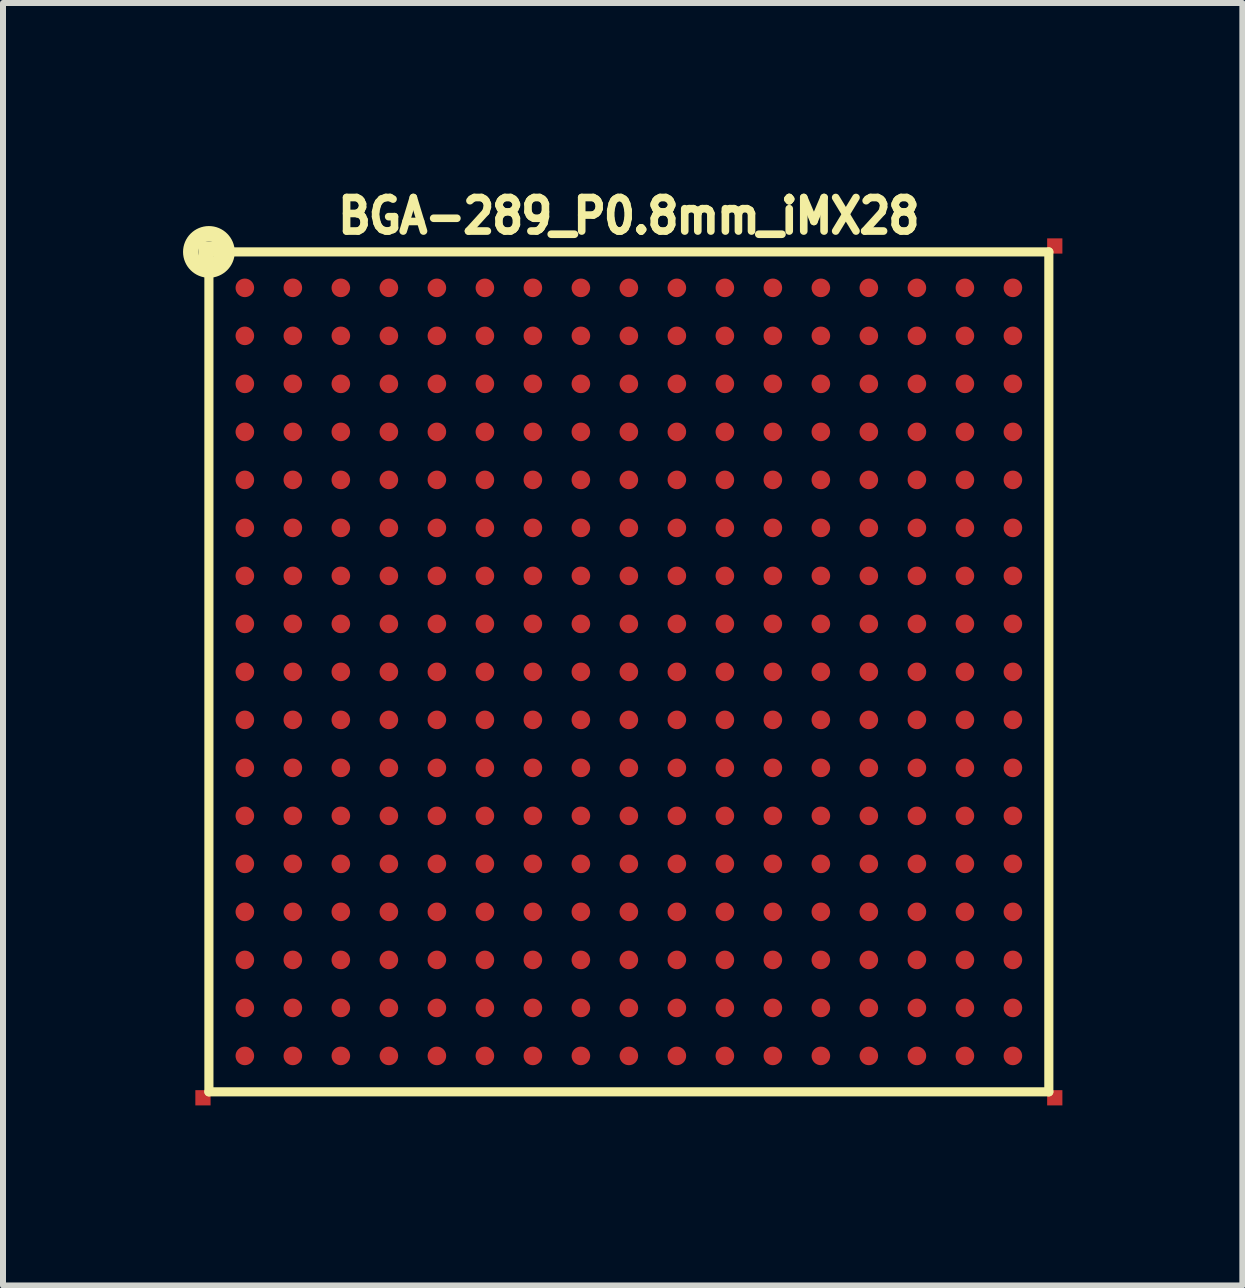
<source format=kicad_pcb>
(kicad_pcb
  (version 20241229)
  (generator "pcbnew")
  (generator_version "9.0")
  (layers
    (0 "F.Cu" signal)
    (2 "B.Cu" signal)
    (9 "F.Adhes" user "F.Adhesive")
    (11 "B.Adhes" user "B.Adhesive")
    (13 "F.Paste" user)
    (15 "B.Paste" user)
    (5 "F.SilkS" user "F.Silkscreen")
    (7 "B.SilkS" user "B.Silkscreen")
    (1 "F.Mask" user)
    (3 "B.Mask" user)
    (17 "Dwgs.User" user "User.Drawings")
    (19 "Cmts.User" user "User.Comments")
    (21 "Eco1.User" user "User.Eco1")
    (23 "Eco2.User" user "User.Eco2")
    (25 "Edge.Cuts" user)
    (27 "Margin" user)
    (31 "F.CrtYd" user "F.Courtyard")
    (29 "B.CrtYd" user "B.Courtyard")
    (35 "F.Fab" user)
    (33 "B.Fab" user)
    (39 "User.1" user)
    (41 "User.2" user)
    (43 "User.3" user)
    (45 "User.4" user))
  (footprint "BGA-289_P0.8mm_iMX28"
    (layer "F.Cu")
    (at 7.432 8.149)
    (property "Reference" "BGA-289_P0.8mm_iMX28" (at 0 -7.6 0) (layer "F.SilkS") (effects (font (size 0.559 0.508) (thickness 0.127))))
    (attr smd)
    (fp_line (start -7.099 -7.099) (end -7.099 -6.85) (stroke (width 0.152) (type solid)) (layer "F.SilkS"))
    (fp_line (start -7 -7) (end 7 -7) (stroke (width 0.152) (type solid)) (layer "F.SilkS"))
    (fp_line (start -7 7) (end -7 -7) (stroke (width 0.152) (type solid)) (layer "F.SilkS"))
    (fp_line (start -6.8 -7.099) (end -7.099 -7.099) (stroke (width 0.152) (type solid)) (layer "F.SilkS"))
    (fp_line (start -6.8 -6.949) (end -6.949 -6.8) (stroke (width 0.152) (type solid)) (layer "F.SilkS"))
    (fp_line (start 7 -7) (end 7 7) (stroke (width 0.152) (type solid)) (layer "F.SilkS"))
    (fp_line (start 7 7) (end -7 7) (stroke (width 0.152) (type solid)) (layer "F.SilkS"))
    (fp_circle (center -7 -7) (end -6.749 -7) (stroke (width 0.152) (type solid)) (fill no) (layer "F.SilkS"))
    (fp_circle (center -7 -7) (end -6.749 -6.749) (stroke (width 0.152) (type solid)) (fill no) (layer "F.SilkS"))
    (pad "0" smd rect (at -7.099 7.099) (size 0.254 0.254) (layers "F.Cu" "F.Mask"))
    (pad "0" smd rect (at 7.099 -7.099) (size 0.254 0.254) (layers "F.Cu" "F.Mask"))
    (pad "0" smd rect (at 7.099 7.099) (size 0.254 0.254) (layers "F.Cu" "F.Mask"))
    (pad "A1" smd circle (at -6.401 -6.401) (size 0.31 0.31) (layers "F.Cu" "F.Mask" "F.Paste"))
    (pad "A2" smd circle (at -5.601 -6.401) (size 0.31 0.31) (layers "F.Cu" "F.Mask" "F.Paste"))
    (pad "A3" smd circle (at -4.801 -6.401) (size 0.31 0.31) (layers "F.Cu" "F.Mask" "F.Paste"))
    (pad "A4" smd circle (at -4 -6.401) (size 0.31 0.31) (layers "F.Cu" "F.Mask" "F.Paste"))
    (pad "A5" smd circle (at -3.2 -6.401) (size 0.31 0.31) (layers "F.Cu" "F.Mask" "F.Paste"))
    (pad "A6" smd circle (at -2.4 -6.401) (size 0.31 0.31) (layers "F.Cu" "F.Mask" "F.Paste"))
    (pad "A7" smd circle (at -1.6 -6.401) (size 0.31 0.31) (layers "F.Cu" "F.Mask" "F.Paste"))
    (pad "A8" smd circle (at -0.8 -6.401) (size 0.31 0.31) (layers "F.Cu" "F.Mask" "F.Paste"))
    (pad "A9" smd circle (at 0 -6.401) (size 0.31 0.31) (layers "F.Cu" "F.Mask" "F.Paste"))
    (pad "A10" smd circle (at 0.8 -6.401) (size 0.31 0.31) (layers "F.Cu" "F.Mask" "F.Paste"))
    (pad "A11" smd circle (at 1.6 -6.401) (size 0.31 0.31) (layers "F.Cu" "F.Mask" "F.Paste"))
    (pad "A12" smd circle (at 2.4 -6.401) (size 0.31 0.31) (layers "F.Cu" "F.Mask" "F.Paste"))
    (pad "A13" smd circle (at 3.2 -6.401) (size 0.31 0.31) (layers "F.Cu" "F.Mask" "F.Paste"))
    (pad "A14" smd circle (at 4 -6.401) (size 0.31 0.31) (layers "F.Cu" "F.Mask" "F.Paste"))
    (pad "A15" smd circle (at 4.801 -6.401) (size 0.31 0.31) (layers "F.Cu" "F.Mask" "F.Paste"))
    (pad "A16" smd circle (at 5.601 -6.401) (size 0.31 0.31) (layers "F.Cu" "F.Mask" "F.Paste"))
    (pad "A17" smd circle (at 6.401 -6.401) (size 0.31 0.31) (layers "F.Cu" "F.Mask" "F.Paste"))
    (pad "B1" smd circle (at -6.401 -5.601) (size 0.31 0.31) (layers "F.Cu" "F.Mask" "F.Paste"))
    (pad "B2" smd circle (at -5.601 -5.601) (size 0.31 0.31) (layers "F.Cu" "F.Mask" "F.Paste"))
    (pad "B3" smd circle (at -4.801 -5.601) (size 0.31 0.31) (layers "F.Cu" "F.Mask" "F.Paste"))
    (pad "B4" smd circle (at -4 -5.601) (size 0.31 0.31) (layers "F.Cu" "F.Mask" "F.Paste"))
    (pad "B5" smd circle (at -3.2 -5.601) (size 0.31 0.31) (layers "F.Cu" "F.Mask" "F.Paste"))
    (pad "B6" smd circle (at -2.4 -5.601) (size 0.31 0.31) (layers "F.Cu" "F.Mask" "F.Paste"))
    (pad "B7" smd circle (at -1.6 -5.601) (size 0.31 0.31) (layers "F.Cu" "F.Mask" "F.Paste"))
    (pad "B8" smd circle (at -0.8 -5.601) (size 0.31 0.31) (layers "F.Cu" "F.Mask" "F.Paste"))
    (pad "B9" smd circle (at 0 -5.601) (size 0.31 0.31) (layers "F.Cu" "F.Mask" "F.Paste"))
    (pad "B10" smd circle (at 0.8 -5.601) (size 0.31 0.31) (layers "F.Cu" "F.Mask" "F.Paste"))
    (pad "B11" smd circle (at 1.6 -5.601) (size 0.31 0.31) (layers "F.Cu" "F.Mask" "F.Paste"))
    (pad "B12" smd circle (at 2.4 -5.601) (size 0.31 0.31) (layers "F.Cu" "F.Mask" "F.Paste"))
    (pad "B13" smd circle (at 3.2 -5.601) (size 0.31 0.31) (layers "F.Cu" "F.Mask" "F.Paste"))
    (pad "B14" smd circle (at 4 -5.601) (size 0.31 0.31) (layers "F.Cu" "F.Mask" "F.Paste"))
    (pad "B15" smd circle (at 4.801 -5.601) (size 0.31 0.31) (layers "F.Cu" "F.Mask" "F.Paste"))
    (pad "B16" smd circle (at 5.601 -5.601) (size 0.31 0.31) (layers "F.Cu" "F.Mask" "F.Paste"))
    (pad "B17" smd circle (at 6.401 -5.601) (size 0.31 0.31) (layers "F.Cu" "F.Mask" "F.Paste"))
    (pad "C1" smd circle (at -6.401 -4.801) (size 0.31 0.31) (layers "F.Cu" "F.Mask" "F.Paste"))
    (pad "C2" smd circle (at -5.601 -4.801) (size 0.31 0.31) (layers "F.Cu" "F.Mask" "F.Paste"))
    (pad "C3" smd circle (at -4.801 -4.801) (size 0.31 0.31) (layers "F.Cu" "F.Mask" "F.Paste"))
    (pad "C4" smd circle (at -4 -4.801) (size 0.31 0.31) (layers "F.Cu" "F.Mask" "F.Paste"))
    (pad "C5" smd circle (at -3.2 -4.801) (size 0.31 0.31) (layers "F.Cu" "F.Mask" "F.Paste"))
    (pad "C6" smd circle (at -2.4 -4.801) (size 0.31 0.31) (layers "F.Cu" "F.Mask" "F.Paste"))
    (pad "C7" smd circle (at -1.6 -4.801) (size 0.31 0.31) (layers "F.Cu" "F.Mask" "F.Paste"))
    (pad "C8" smd circle (at -0.8 -4.801) (size 0.31 0.31) (layers "F.Cu" "F.Mask" "F.Paste"))
    (pad "C9" smd circle (at 0 -4.801) (size 0.31 0.31) (layers "F.Cu" "F.Mask" "F.Paste"))
    (pad "C10" smd circle (at 0.8 -4.801) (size 0.31 0.31) (layers "F.Cu" "F.Mask" "F.Paste"))
    (pad "C11" smd circle (at 1.6 -4.801) (size 0.31 0.31) (layers "F.Cu" "F.Mask" "F.Paste"))
    (pad "C12" smd circle (at 2.4 -4.801) (size 0.31 0.31) (layers "F.Cu" "F.Mask" "F.Paste"))
    (pad "C13" smd circle (at 3.2 -4.801) (size 0.31 0.31) (layers "F.Cu" "F.Mask" "F.Paste"))
    (pad "C14" smd circle (at 4 -4.801) (size 0.31 0.31) (layers "F.Cu" "F.Mask" "F.Paste"))
    (pad "C15" smd circle (at 4.801 -4.801) (size 0.31 0.31) (layers "F.Cu" "F.Mask" "F.Paste"))
    (pad "C16" smd circle (at 5.601 -4.801) (size 0.31 0.31) (layers "F.Cu" "F.Mask" "F.Paste"))
    (pad "C17" smd circle (at 6.401 -4.801) (size 0.31 0.31) (layers "F.Cu" "F.Mask" "F.Paste"))
    (pad "D1" smd circle (at -6.401 -4) (size 0.31 0.31) (layers "F.Cu" "F.Mask" "F.Paste"))
    (pad "D2" smd circle (at -5.601 -4) (size 0.31 0.31) (layers "F.Cu" "F.Mask" "F.Paste"))
    (pad "D3" smd circle (at -4.801 -4) (size 0.31 0.31) (layers "F.Cu" "F.Mask" "F.Paste"))
    (pad "D4" smd circle (at -4 -4) (size 0.31 0.31) (layers "F.Cu" "F.Mask" "F.Paste"))
    (pad "D5" smd circle (at -3.2 -4) (size 0.31 0.31) (layers "F.Cu" "F.Mask" "F.Paste"))
    (pad "D6" smd circle (at -2.4 -4) (size 0.31 0.31) (layers "F.Cu" "F.Mask" "F.Paste"))
    (pad "D7" smd circle (at -1.6 -4) (size 0.31 0.31) (layers "F.Cu" "F.Mask" "F.Paste"))
    (pad "D8" smd circle (at -0.8 -4) (size 0.31 0.31) (layers "F.Cu" "F.Mask" "F.Paste"))
    (pad "D9" smd circle (at 0 -4) (size 0.31 0.31) (layers "F.Cu" "F.Mask" "F.Paste"))
    (pad "D10" smd circle (at 0.8 -4) (size 0.31 0.31) (layers "F.Cu" "F.Mask" "F.Paste"))
    (pad "D11" smd circle (at 1.6 -4) (size 0.31 0.31) (layers "F.Cu" "F.Mask" "F.Paste"))
    (pad "D12" smd circle (at 2.4 -4) (size 0.31 0.31) (layers "F.Cu" "F.Mask" "F.Paste"))
    (pad "D13" smd circle (at 3.2 -4) (size 0.31 0.31) (layers "F.Cu" "F.Mask" "F.Paste"))
    (pad "D14" smd circle (at 4 -4) (size 0.31 0.31) (layers "F.Cu" "F.Mask" "F.Paste"))
    (pad "D15" smd circle (at 4.801 -4) (size 0.31 0.31) (layers "F.Cu" "F.Mask" "F.Paste"))
    (pad "D16" smd circle (at 5.601 -4) (size 0.31 0.31) (layers "F.Cu" "F.Mask" "F.Paste"))
    (pad "D17" smd circle (at 6.401 -4) (size 0.31 0.31) (layers "F.Cu" "F.Mask" "F.Paste"))
    (pad "E1" smd circle (at -6.401 -3.2) (size 0.31 0.31) (layers "F.Cu" "F.Mask" "F.Paste"))
    (pad "E2" smd circle (at -5.601 -3.2) (size 0.31 0.31) (layers "F.Cu" "F.Mask" "F.Paste"))
    (pad "E3" smd circle (at -4.801 -3.2) (size 0.31 0.31) (layers "F.Cu" "F.Mask" "F.Paste"))
    (pad "E4" smd circle (at -4 -3.2) (size 0.31 0.31) (layers "F.Cu" "F.Mask" "F.Paste"))
    (pad "E5" smd circle (at -3.2 -3.2) (size 0.31 0.31) (layers "F.Cu" "F.Mask" "F.Paste"))
    (pad "E6" smd circle (at -2.4 -3.2) (size 0.31 0.31) (layers "F.Cu" "F.Mask" "F.Paste"))
    (pad "E7" smd circle (at -1.6 -3.2) (size 0.31 0.31) (layers "F.Cu" "F.Mask" "F.Paste"))
    (pad "E8" smd circle (at -0.8 -3.2) (size 0.31 0.31) (layers "F.Cu" "F.Mask" "F.Paste"))
    (pad "E9" smd circle (at 0 -3.2) (size 0.31 0.31) (layers "F.Cu" "F.Mask" "F.Paste"))
    (pad "E10" smd circle (at 0.8 -3.2) (size 0.31 0.31) (layers "F.Cu" "F.Mask" "F.Paste"))
    (pad "E11" smd circle (at 1.6 -3.2) (size 0.31 0.31) (layers "F.Cu" "F.Mask" "F.Paste"))
    (pad "E12" smd circle (at 2.4 -3.2) (size 0.31 0.31) (layers "F.Cu" "F.Mask" "F.Paste"))
    (pad "E13" smd circle (at 3.2 -3.2) (size 0.31 0.31) (layers "F.Cu" "F.Mask" "F.Paste"))
    (pad "E14" smd circle (at 4 -3.2) (size 0.31 0.31) (layers "F.Cu" "F.Mask" "F.Paste"))
    (pad "E15" smd circle (at 4.801 -3.2) (size 0.31 0.31) (layers "F.Cu" "F.Mask" "F.Paste"))
    (pad "E16" smd circle (at 5.601 -3.2) (size 0.31 0.31) (layers "F.Cu" "F.Mask" "F.Paste"))
    (pad "E17" smd circle (at 6.401 -3.2) (size 0.31 0.31) (layers "F.Cu" "F.Mask" "F.Paste"))
    (pad "F1" smd circle (at -6.401 -2.4) (size 0.31 0.31) (layers "F.Cu" "F.Mask" "F.Paste"))
    (pad "F2" smd circle (at -5.601 -2.4) (size 0.31 0.31) (layers "F.Cu" "F.Mask" "F.Paste"))
    (pad "F3" smd circle (at -4.801 -2.4) (size 0.31 0.31) (layers "F.Cu" "F.Mask" "F.Paste"))
    (pad "F4" smd circle (at -4 -2.4) (size 0.31 0.31) (layers "F.Cu" "F.Mask" "F.Paste"))
    (pad "F5" smd circle (at -3.2 -2.4) (size 0.31 0.31) (layers "F.Cu" "F.Mask" "F.Paste"))
    (pad "F6" smd circle (at -2.4 -2.4) (size 0.31 0.31) (layers "F.Cu" "F.Mask" "F.Paste"))
    (pad "F7" smd circle (at -1.6 -2.4) (size 0.31 0.31) (layers "F.Cu" "F.Mask" "F.Paste"))
    (pad "F8" smd circle (at -0.8 -2.4) (size 0.31 0.31) (layers "F.Cu" "F.Mask" "F.Paste"))
    (pad "F9" smd circle (at 0 -2.4) (size 0.31 0.31) (layers "F.Cu" "F.Mask" "F.Paste"))
    (pad "F10" smd circle (at 0.8 -2.4) (size 0.31 0.31) (layers "F.Cu" "F.Mask" "F.Paste"))
    (pad "F11" smd circle (at 1.6 -2.4) (size 0.31 0.31) (layers "F.Cu" "F.Mask" "F.Paste"))
    (pad "F12" smd circle (at 2.4 -2.4) (size 0.31 0.31) (layers "F.Cu" "F.Mask" "F.Paste"))
    (pad "F13" smd circle (at 3.2 -2.4) (size 0.31 0.31) (layers "F.Cu" "F.Mask" "F.Paste"))
    (pad "F14" smd circle (at 4 -2.4) (size 0.31 0.31) (layers "F.Cu" "F.Mask" "F.Paste"))
    (pad "F15" smd circle (at 4.801 -2.4) (size 0.31 0.31) (layers "F.Cu" "F.Mask" "F.Paste"))
    (pad "F16" smd circle (at 5.601 -2.4) (size 0.31 0.31) (layers "F.Cu" "F.Mask" "F.Paste"))
    (pad "F17" smd circle (at 6.401 -2.4) (size 0.31 0.31) (layers "F.Cu" "F.Mask" "F.Paste"))
    (pad "G1" smd circle (at -6.401 -1.6) (size 0.31 0.31) (layers "F.Cu" "F.Mask" "F.Paste"))
    (pad "G2" smd circle (at -5.601 -1.6) (size 0.31 0.31) (layers "F.Cu" "F.Mask" "F.Paste"))
    (pad "G3" smd circle (at -4.801 -1.6) (size 0.31 0.31) (layers "F.Cu" "F.Mask" "F.Paste"))
    (pad "G4" smd circle (at -4 -1.6) (size 0.31 0.31) (layers "F.Cu" "F.Mask" "F.Paste"))
    (pad "G5" smd circle (at -3.2 -1.6) (size 0.31 0.31) (layers "F.Cu" "F.Mask" "F.Paste"))
    (pad "G6" smd circle (at -2.4 -1.6) (size 0.31 0.31) (layers "F.Cu" "F.Mask" "F.Paste"))
    (pad "G7" smd circle (at -1.6 -1.6) (size 0.31 0.31) (layers "F.Cu" "F.Mask" "F.Paste"))
    (pad "G8" smd circle (at -0.8 -1.6) (size 0.31 0.31) (layers "F.Cu" "F.Mask" "F.Paste"))
    (pad "G9" smd circle (at 0 -1.6) (size 0.31 0.31) (layers "F.Cu" "F.Mask" "F.Paste"))
    (pad "G10" smd circle (at 0.8 -1.6) (size 0.31 0.31) (layers "F.Cu" "F.Mask" "F.Paste"))
    (pad "G11" smd circle (at 1.6 -1.6) (size 0.31 0.31) (layers "F.Cu" "F.Mask" "F.Paste"))
    (pad "G12" smd circle (at 2.4 -1.6) (size 0.31 0.31) (layers "F.Cu" "F.Mask" "F.Paste"))
    (pad "G13" smd circle (at 3.2 -1.6) (size 0.31 0.31) (layers "F.Cu" "F.Mask" "F.Paste"))
    (pad "G14" smd circle (at 4 -1.6) (size 0.31 0.31) (layers "F.Cu" "F.Mask" "F.Paste"))
    (pad "G15" smd circle (at 4.801 -1.6) (size 0.31 0.31) (layers "F.Cu" "F.Mask" "F.Paste"))
    (pad "G16" smd circle (at 5.601 -1.6) (size 0.31 0.31) (layers "F.Cu" "F.Mask" "F.Paste"))
    (pad "G17" smd circle (at 6.401 -1.6) (size 0.31 0.31) (layers "F.Cu" "F.Mask" "F.Paste"))
    (pad "H1" smd circle (at -6.401 -0.8) (size 0.31 0.31) (layers "F.Cu" "F.Mask" "F.Paste"))
    (pad "H2" smd circle (at -5.601 -0.8) (size 0.31 0.31) (layers "F.Cu" "F.Mask" "F.Paste"))
    (pad "H3" smd circle (at -4.801 -0.8) (size 0.31 0.31) (layers "F.Cu" "F.Mask" "F.Paste"))
    (pad "H4" smd circle (at -4 -0.8) (size 0.31 0.31) (layers "F.Cu" "F.Mask" "F.Paste"))
    (pad "H5" smd circle (at -3.2 -0.8) (size 0.31 0.31) (layers "F.Cu" "F.Mask" "F.Paste"))
    (pad "H6" smd circle (at -2.4 -0.8) (size 0.31 0.31) (layers "F.Cu" "F.Mask" "F.Paste"))
    (pad "H7" smd circle (at -1.6 -0.8) (size 0.31 0.31) (layers "F.Cu" "F.Mask" "F.Paste"))
    (pad "H8" smd circle (at -0.8 -0.8) (size 0.31 0.31) (layers "F.Cu" "F.Mask" "F.Paste"))
    (pad "H9" smd circle (at 0 -0.8) (size 0.31 0.31) (layers "F.Cu" "F.Mask" "F.Paste"))
    (pad "H10" smd circle (at 0.8 -0.8) (size 0.31 0.31) (layers "F.Cu" "F.Mask" "F.Paste"))
    (pad "H11" smd circle (at 1.6 -0.8) (size 0.31 0.31) (layers "F.Cu" "F.Mask" "F.Paste"))
    (pad "H12" smd circle (at 2.4 -0.8) (size 0.31 0.31) (layers "F.Cu" "F.Mask" "F.Paste"))
    (pad "H13" smd circle (at 3.2 -0.8) (size 0.31 0.31) (layers "F.Cu" "F.Mask" "F.Paste"))
    (pad "H14" smd circle (at 4 -0.8) (size 0.31 0.31) (layers "F.Cu" "F.Mask" "F.Paste"))
    (pad "H15" smd circle (at 4.801 -0.8) (size 0.31 0.31) (layers "F.Cu" "F.Mask" "F.Paste"))
    (pad "H16" smd circle (at 5.601 -0.8) (size 0.31 0.31) (layers "F.Cu" "F.Mask" "F.Paste"))
    (pad "H17" smd circle (at 6.401 -0.8) (size 0.31 0.31) (layers "F.Cu" "F.Mask" "F.Paste"))
    (pad "J1" smd circle (at -6.401 0) (size 0.31 0.31) (layers "F.Cu" "F.Mask" "F.Paste"))
    (pad "J2" smd circle (at -5.601 0) (size 0.31 0.31) (layers "F.Cu" "F.Mask" "F.Paste"))
    (pad "J3" smd circle (at -4.801 0) (size 0.31 0.31) (layers "F.Cu" "F.Mask" "F.Paste"))
    (pad "J4" smd circle (at -4 0) (size 0.31 0.31) (layers "F.Cu" "F.Mask" "F.Paste"))
    (pad "J5" smd circle (at -3.2 0) (size 0.31 0.31) (layers "F.Cu" "F.Mask" "F.Paste"))
    (pad "J6" smd circle (at -2.4 0) (size 0.31 0.31) (layers "F.Cu" "F.Mask" "F.Paste"))
    (pad "J7" smd circle (at -1.6 0) (size 0.31 0.31) (layers "F.Cu" "F.Mask" "F.Paste"))
    (pad "J8" smd circle (at -0.8 0) (size 0.31 0.31) (layers "F.Cu" "F.Mask" "F.Paste"))
    (pad "J9" smd circle (at 0 0) (size 0.31 0.31) (layers "F.Cu" "F.Mask" "F.Paste"))
    (pad "J10" smd circle (at 0.8 0) (size 0.31 0.31) (layers "F.Cu" "F.Mask" "F.Paste"))
    (pad "J11" smd circle (at 1.6 0) (size 0.31 0.31) (layers "F.Cu" "F.Mask" "F.Paste"))
    (pad "J12" smd circle (at 2.4 0) (size 0.31 0.31) (layers "F.Cu" "F.Mask" "F.Paste"))
    (pad "J13" smd circle (at 3.2 0) (size 0.31 0.31) (layers "F.Cu" "F.Mask" "F.Paste"))
    (pad "J14" smd circle (at 4 0) (size 0.31 0.31) (layers "F.Cu" "F.Mask" "F.Paste"))
    (pad "J15" smd circle (at 4.801 0) (size 0.31 0.31) (layers "F.Cu" "F.Mask" "F.Paste"))
    (pad "J16" smd circle (at 5.601 0) (size 0.31 0.31) (layers "F.Cu" "F.Mask" "F.Paste"))
    (pad "J17" smd circle (at 6.401 0) (size 0.31 0.31) (layers "F.Cu" "F.Mask" "F.Paste"))
    (pad "K1" smd circle (at -6.401 0.8) (size 0.31 0.31) (layers "F.Cu" "F.Mask" "F.Paste"))
    (pad "K2" smd circle (at -5.601 0.8) (size 0.31 0.31) (layers "F.Cu" "F.Mask" "F.Paste"))
    (pad "K3" smd circle (at -4.801 0.8) (size 0.31 0.31) (layers "F.Cu" "F.Mask" "F.Paste"))
    (pad "K4" smd circle (at -4 0.8) (size 0.31 0.31) (layers "F.Cu" "F.Mask" "F.Paste"))
    (pad "K5" smd circle (at -3.2 0.8) (size 0.31 0.31) (layers "F.Cu" "F.Mask" "F.Paste"))
    (pad "K6" smd circle (at -2.4 0.8) (size 0.31 0.31) (layers "F.Cu" "F.Mask" "F.Paste"))
    (pad "K7" smd circle (at -1.6 0.8) (size 0.31 0.31) (layers "F.Cu" "F.Mask" "F.Paste"))
    (pad "K8" smd circle (at -0.8 0.8) (size 0.31 0.31) (layers "F.Cu" "F.Mask" "F.Paste"))
    (pad "K9" smd circle (at 0 0.8) (size 0.31 0.31) (layers "F.Cu" "F.Mask" "F.Paste"))
    (pad "K10" smd circle (at 0.8 0.8) (size 0.31 0.31) (layers "F.Cu" "F.Mask" "F.Paste"))
    (pad "K11" smd circle (at 1.6 0.8) (size 0.31 0.31) (layers "F.Cu" "F.Mask" "F.Paste"))
    (pad "K12" smd circle (at 2.4 0.8) (size 0.31 0.31) (layers "F.Cu" "F.Mask" "F.Paste"))
    (pad "K13" smd circle (at 3.2 0.8) (size 0.31 0.31) (layers "F.Cu" "F.Mask" "F.Paste"))
    (pad "K14" smd circle (at 4 0.8) (size 0.31 0.31) (layers "F.Cu" "F.Mask" "F.Paste"))
    (pad "K15" smd circle (at 4.801 0.8) (size 0.31 0.31) (layers "F.Cu" "F.Mask" "F.Paste"))
    (pad "K16" smd circle (at 5.601 0.8) (size 0.31 0.31) (layers "F.Cu" "F.Mask" "F.Paste"))
    (pad "K17" smd circle (at 6.401 0.8) (size 0.31 0.31) (layers "F.Cu" "F.Mask" "F.Paste"))
    (pad "L1" smd circle (at -6.401 1.6) (size 0.31 0.31) (layers "F.Cu" "F.Mask" "F.Paste"))
    (pad "L2" smd circle (at -5.601 1.6) (size 0.31 0.31) (layers "F.Cu" "F.Mask" "F.Paste"))
    (pad "L3" smd circle (at -4.801 1.6) (size 0.31 0.31) (layers "F.Cu" "F.Mask" "F.Paste"))
    (pad "L4" smd circle (at -4 1.6) (size 0.31 0.31) (layers "F.Cu" "F.Mask" "F.Paste"))
    (pad "L5" smd circle (at -3.2 1.6) (size 0.31 0.31) (layers "F.Cu" "F.Mask" "F.Paste"))
    (pad "L6" smd circle (at -2.4 1.6) (size 0.31 0.31) (layers "F.Cu" "F.Mask" "F.Paste"))
    (pad "L7" smd circle (at -1.6 1.6) (size 0.31 0.31) (layers "F.Cu" "F.Mask" "F.Paste"))
    (pad "L8" smd circle (at -0.8 1.6) (size 0.31 0.31) (layers "F.Cu" "F.Mask" "F.Paste"))
    (pad "L9" smd circle (at 0 1.6) (size 0.31 0.31) (layers "F.Cu" "F.Mask" "F.Paste"))
    (pad "L10" smd circle (at 0.8 1.6) (size 0.31 0.31) (layers "F.Cu" "F.Mask" "F.Paste"))
    (pad "L11" smd circle (at 1.6 1.6) (size 0.31 0.31) (layers "F.Cu" "F.Mask" "F.Paste"))
    (pad "L12" smd circle (at 2.4 1.6) (size 0.31 0.31) (layers "F.Cu" "F.Mask" "F.Paste"))
    (pad "L13" smd circle (at 3.2 1.6) (size 0.31 0.31) (layers "F.Cu" "F.Mask" "F.Paste"))
    (pad "L14" smd circle (at 4 1.6) (size 0.31 0.31) (layers "F.Cu" "F.Mask" "F.Paste"))
    (pad "L15" smd circle (at 4.801 1.6) (size 0.31 0.31) (layers "F.Cu" "F.Mask" "F.Paste"))
    (pad "L16" smd circle (at 5.601 1.6) (size 0.31 0.31) (layers "F.Cu" "F.Mask" "F.Paste"))
    (pad "L17" smd circle (at 6.401 1.6) (size 0.31 0.31) (layers "F.Cu" "F.Mask" "F.Paste"))
    (pad "M1" smd circle (at -6.401 2.4) (size 0.31 0.31) (layers "F.Cu" "F.Mask" "F.Paste"))
    (pad "M2" smd circle (at -5.601 2.4) (size 0.31 0.31) (layers "F.Cu" "F.Mask" "F.Paste"))
    (pad "M3" smd circle (at -4.801 2.4) (size 0.31 0.31) (layers "F.Cu" "F.Mask" "F.Paste"))
    (pad "M4" smd circle (at -4 2.4) (size 0.31 0.31) (layers "F.Cu" "F.Mask" "F.Paste"))
    (pad "M5" smd circle (at -3.2 2.4) (size 0.31 0.31) (layers "F.Cu" "F.Mask" "F.Paste"))
    (pad "M6" smd circle (at -2.4 2.4) (size 0.31 0.31) (layers "F.Cu" "F.Mask" "F.Paste"))
    (pad "M7" smd circle (at -1.6 2.4) (size 0.31 0.31) (layers "F.Cu" "F.Mask" "F.Paste"))
    (pad "M8" smd circle (at -0.8 2.4) (size 0.31 0.31) (layers "F.Cu" "F.Mask" "F.Paste"))
    (pad "M9" smd circle (at 0 2.4) (size 0.31 0.31) (layers "F.Cu" "F.Mask" "F.Paste"))
    (pad "M10" smd circle (at 0.8 2.4) (size 0.31 0.31) (layers "F.Cu" "F.Mask" "F.Paste"))
    (pad "M11" smd circle (at 1.6 2.4) (size 0.31 0.31) (layers "F.Cu" "F.Mask" "F.Paste"))
    (pad "M12" smd circle (at 2.4 2.4) (size 0.31 0.31) (layers "F.Cu" "F.Mask" "F.Paste"))
    (pad "M13" smd circle (at 3.2 2.4) (size 0.31 0.31) (layers "F.Cu" "F.Mask" "F.Paste"))
    (pad "M14" smd circle (at 4 2.4) (size 0.31 0.31) (layers "F.Cu" "F.Mask" "F.Paste"))
    (pad "M15" smd circle (at 4.801 2.4) (size 0.31 0.31) (layers "F.Cu" "F.Mask" "F.Paste"))
    (pad "M16" smd circle (at 5.601 2.4) (size 0.31 0.31) (layers "F.Cu" "F.Mask" "F.Paste"))
    (pad "M17" smd circle (at 6.401 2.4) (size 0.31 0.31) (layers "F.Cu" "F.Mask" "F.Paste"))
    (pad "N1" smd circle (at -6.401 3.2) (size 0.31 0.31) (layers "F.Cu" "F.Mask" "F.Paste"))
    (pad "N2" smd circle (at -5.601 3.2) (size 0.31 0.31) (layers "F.Cu" "F.Mask" "F.Paste"))
    (pad "N3" smd circle (at -4.801 3.2) (size 0.31 0.31) (layers "F.Cu" "F.Mask" "F.Paste"))
    (pad "N4" smd circle (at -4 3.2) (size 0.31 0.31) (layers "F.Cu" "F.Mask" "F.Paste"))
    (pad "N5" smd circle (at -3.2 3.2) (size 0.31 0.31) (layers "F.Cu" "F.Mask" "F.Paste"))
    (pad "N6" smd circle (at -2.4 3.2) (size 0.31 0.31) (layers "F.Cu" "F.Mask" "F.Paste"))
    (pad "N7" smd circle (at -1.6 3.2) (size 0.31 0.31) (layers "F.Cu" "F.Mask" "F.Paste"))
    (pad "N8" smd circle (at -0.8 3.2) (size 0.31 0.31) (layers "F.Cu" "F.Mask" "F.Paste"))
    (pad "N9" smd circle (at 0 3.2) (size 0.31 0.31) (layers "F.Cu" "F.Mask" "F.Paste"))
    (pad "N10" smd circle (at 0.8 3.2) (size 0.31 0.31) (layers "F.Cu" "F.Mask" "F.Paste"))
    (pad "N11" smd circle (at 1.6 3.2) (size 0.31 0.31) (layers "F.Cu" "F.Mask" "F.Paste"))
    (pad "N12" smd circle (at 2.4 3.2) (size 0.31 0.31) (layers "F.Cu" "F.Mask" "F.Paste"))
    (pad "N13" smd circle (at 3.2 3.2) (size 0.31 0.31) (layers "F.Cu" "F.Mask" "F.Paste"))
    (pad "N14" smd circle (at 4 3.2) (size 0.31 0.31) (layers "F.Cu" "F.Mask" "F.Paste"))
    (pad "N15" smd circle (at 4.801 3.2) (size 0.31 0.31) (layers "F.Cu" "F.Mask" "F.Paste"))
    (pad "N16" smd circle (at 5.601 3.2) (size 0.31 0.31) (layers "F.Cu" "F.Mask" "F.Paste"))
    (pad "N17" smd circle (at 6.401 3.2) (size 0.31 0.31) (layers "F.Cu" "F.Mask" "F.Paste"))
    (pad "P1" smd circle (at -6.401 4) (size 0.31 0.31) (layers "F.Cu" "F.Mask" "F.Paste"))
    (pad "P2" smd circle (at -5.601 4) (size 0.31 0.31) (layers "F.Cu" "F.Mask" "F.Paste"))
    (pad "P3" smd circle (at -4.801 4) (size 0.31 0.31) (layers "F.Cu" "F.Mask" "F.Paste"))
    (pad "P4" smd circle (at -4 4) (size 0.31 0.31) (layers "F.Cu" "F.Mask" "F.Paste"))
    (pad "P5" smd circle (at -3.2 4) (size 0.31 0.31) (layers "F.Cu" "F.Mask" "F.Paste"))
    (pad "P6" smd circle (at -2.4 4) (size 0.31 0.31) (layers "F.Cu" "F.Mask" "F.Paste"))
    (pad "P7" smd circle (at -1.6 4) (size 0.31 0.31) (layers "F.Cu" "F.Mask" "F.Paste"))
    (pad "P8" smd circle (at -0.8 4) (size 0.31 0.31) (layers "F.Cu" "F.Mask" "F.Paste"))
    (pad "P9" smd circle (at 0 4) (size 0.31 0.31) (layers "F.Cu" "F.Mask" "F.Paste"))
    (pad "P10" smd circle (at 0.8 4) (size 0.31 0.31) (layers "F.Cu" "F.Mask" "F.Paste"))
    (pad "P11" smd circle (at 1.6 4) (size 0.31 0.31) (layers "F.Cu" "F.Mask" "F.Paste"))
    (pad "P12" smd circle (at 2.4 4) (size 0.31 0.31) (layers "F.Cu" "F.Mask" "F.Paste"))
    (pad "P13" smd circle (at 3.2 4) (size 0.31 0.31) (layers "F.Cu" "F.Mask" "F.Paste"))
    (pad "P14" smd circle (at 4 4) (size 0.31 0.31) (layers "F.Cu" "F.Mask" "F.Paste"))
    (pad "P15" smd circle (at 4.801 4) (size 0.31 0.31) (layers "F.Cu" "F.Mask" "F.Paste"))
    (pad "P16" smd circle (at 5.601 4) (size 0.31 0.31) (layers "F.Cu" "F.Mask" "F.Paste"))
    (pad "P17" smd circle (at 6.401 4) (size 0.31 0.31) (layers "F.Cu" "F.Mask" "F.Paste"))
    (pad "R1" smd circle (at -6.401 4.801) (size 0.31 0.31) (layers "F.Cu" "F.Mask" "F.Paste"))
    (pad "R2" smd circle (at -5.601 4.801) (size 0.31 0.31) (layers "F.Cu" "F.Mask" "F.Paste"))
    (pad "R3" smd circle (at -4.801 4.801) (size 0.31 0.31) (layers "F.Cu" "F.Mask" "F.Paste"))
    (pad "R4" smd circle (at -4 4.801) (size 0.31 0.31) (layers "F.Cu" "F.Mask" "F.Paste"))
    (pad "R5" smd circle (at -3.2 4.801) (size 0.31 0.31) (layers "F.Cu" "F.Mask" "F.Paste"))
    (pad "R6" smd circle (at -2.4 4.801) (size 0.31 0.31) (layers "F.Cu" "F.Mask" "F.Paste"))
    (pad "R7" smd circle (at -1.6 4.801) (size 0.31 0.31) (layers "F.Cu" "F.Mask" "F.Paste"))
    (pad "R8" smd circle (at -0.8 4.801) (size 0.31 0.31) (layers "F.Cu" "F.Mask" "F.Paste"))
    (pad "R9" smd circle (at 0 4.801) (size 0.31 0.31) (layers "F.Cu" "F.Mask" "F.Paste"))
    (pad "R10" smd circle (at 0.8 4.801) (size 0.31 0.31) (layers "F.Cu" "F.Mask" "F.Paste"))
    (pad "R11" smd circle (at 1.6 4.801) (size 0.31 0.31) (layers "F.Cu" "F.Mask" "F.Paste"))
    (pad "R12" smd circle (at 2.4 4.801) (size 0.31 0.31) (layers "F.Cu" "F.Mask" "F.Paste"))
    (pad "R13" smd circle (at 3.2 4.801) (size 0.31 0.31) (layers "F.Cu" "F.Mask" "F.Paste"))
    (pad "R14" smd circle (at 4 4.801) (size 0.31 0.31) (layers "F.Cu" "F.Mask" "F.Paste"))
    (pad "R15" smd circle (at 4.801 4.801) (size 0.31 0.31) (layers "F.Cu" "F.Mask" "F.Paste"))
    (pad "R16" smd circle (at 5.601 4.801) (size 0.31 0.31) (layers "F.Cu" "F.Mask" "F.Paste"))
    (pad "R17" smd circle (at 6.401 4.801) (size 0.31 0.31) (layers "F.Cu" "F.Mask" "F.Paste"))
    (pad "T1" smd circle (at -6.401 5.601) (size 0.31 0.31) (layers "F.Cu" "F.Mask" "F.Paste"))
    (pad "T2" smd circle (at -5.601 5.601) (size 0.31 0.31) (layers "F.Cu" "F.Mask" "F.Paste"))
    (pad "T3" smd circle (at -4.801 5.601) (size 0.31 0.31) (layers "F.Cu" "F.Mask" "F.Paste"))
    (pad "T4" smd circle (at -4 5.601) (size 0.31 0.31) (layers "F.Cu" "F.Mask" "F.Paste"))
    (pad "T5" smd circle (at -3.2 5.601) (size 0.31 0.31) (layers "F.Cu" "F.Mask" "F.Paste"))
    (pad "T6" smd circle (at -2.4 5.601) (size 0.31 0.31) (layers "F.Cu" "F.Mask" "F.Paste"))
    (pad "T7" smd circle (at -1.6 5.601) (size 0.31 0.31) (layers "F.Cu" "F.Mask" "F.Paste"))
    (pad "T8" smd circle (at -0.8 5.601) (size 0.31 0.31) (layers "F.Cu" "F.Mask" "F.Paste"))
    (pad "T9" smd circle (at 0 5.601) (size 0.31 0.31) (layers "F.Cu" "F.Mask" "F.Paste"))
    (pad "T10" smd circle (at 0.8 5.601) (size 0.31 0.31) (layers "F.Cu" "F.Mask" "F.Paste"))
    (pad "T11" smd circle (at 1.6 5.601) (size 0.31 0.31) (layers "F.Cu" "F.Mask" "F.Paste"))
    (pad "T12" smd circle (at 2.4 5.601) (size 0.31 0.31) (layers "F.Cu" "F.Mask" "F.Paste"))
    (pad "T13" smd circle (at 3.2 5.601) (size 0.31 0.31) (layers "F.Cu" "F.Mask" "F.Paste"))
    (pad "T14" smd circle (at 4 5.601) (size 0.31 0.31) (layers "F.Cu" "F.Mask" "F.Paste"))
    (pad "T15" smd circle (at 4.801 5.601) (size 0.31 0.31) (layers "F.Cu" "F.Mask" "F.Paste"))
    (pad "T16" smd circle (at 5.601 5.601) (size 0.31 0.31) (layers "F.Cu" "F.Mask" "F.Paste"))
    (pad "T17" smd circle (at 6.401 5.601) (size 0.31 0.31) (layers "F.Cu" "F.Mask" "F.Paste"))
    (pad "U1" smd circle (at -6.401 6.401) (size 0.31 0.31) (layers "F.Cu" "F.Mask" "F.Paste"))
    (pad "U2" smd circle (at -5.601 6.401) (size 0.31 0.31) (layers "F.Cu" "F.Mask" "F.Paste"))
    (pad "U3" smd circle (at -4.801 6.401) (size 0.31 0.31) (layers "F.Cu" "F.Mask" "F.Paste"))
    (pad "U4" smd circle (at -4 6.401) (size 0.31 0.31) (layers "F.Cu" "F.Mask" "F.Paste"))
    (pad "U5" smd circle (at -3.2 6.401) (size 0.31 0.31) (layers "F.Cu" "F.Mask" "F.Paste"))
    (pad "U6" smd circle (at -2.4 6.401) (size 0.31 0.31) (layers "F.Cu" "F.Mask" "F.Paste"))
    (pad "U7" smd circle (at -1.6 6.401) (size 0.31 0.31) (layers "F.Cu" "F.Mask" "F.Paste"))
    (pad "U8" smd circle (at -0.8 6.401) (size 0.31 0.31) (layers "F.Cu" "F.Mask" "F.Paste"))
    (pad "U9" smd circle (at 0 6.401) (size 0.31 0.31) (layers "F.Cu" "F.Mask" "F.Paste"))
    (pad "U10" smd circle (at 0.8 6.401) (size 0.31 0.31) (layers "F.Cu" "F.Mask" "F.Paste"))
    (pad "U11" smd circle (at 1.6 6.401) (size 0.31 0.31) (layers "F.Cu" "F.Mask" "F.Paste"))
    (pad "U12" smd circle (at 2.4 6.401) (size 0.31 0.31) (layers "F.Cu" "F.Mask" "F.Paste"))
    (pad "U13" smd circle (at 3.2 6.401) (size 0.31 0.31) (layers "F.Cu" "F.Mask" "F.Paste"))
    (pad "U14" smd circle (at 4 6.401) (size 0.31 0.31) (layers "F.Cu" "F.Mask" "F.Paste"))
    (pad "U15" smd circle (at 4.801 6.401) (size 0.31 0.31) (layers "F.Cu" "F.Mask" "F.Paste"))
    (pad "U16" smd circle (at 5.601 6.401) (size 0.31 0.31) (layers "F.Cu" "F.Mask" "F.Paste"))
    (pad "U17" smd circle (at 6.401 6.401) (size 0.31 0.31) (layers "F.Cu" "F.Mask" "F.Paste")))
  (gr_rect
    (start -3 -3)
    (end 17.658 18.376)
    (stroke (width 0.1) (type default))
    (fill no)
    (layer "Edge.Cuts")))
</source>
